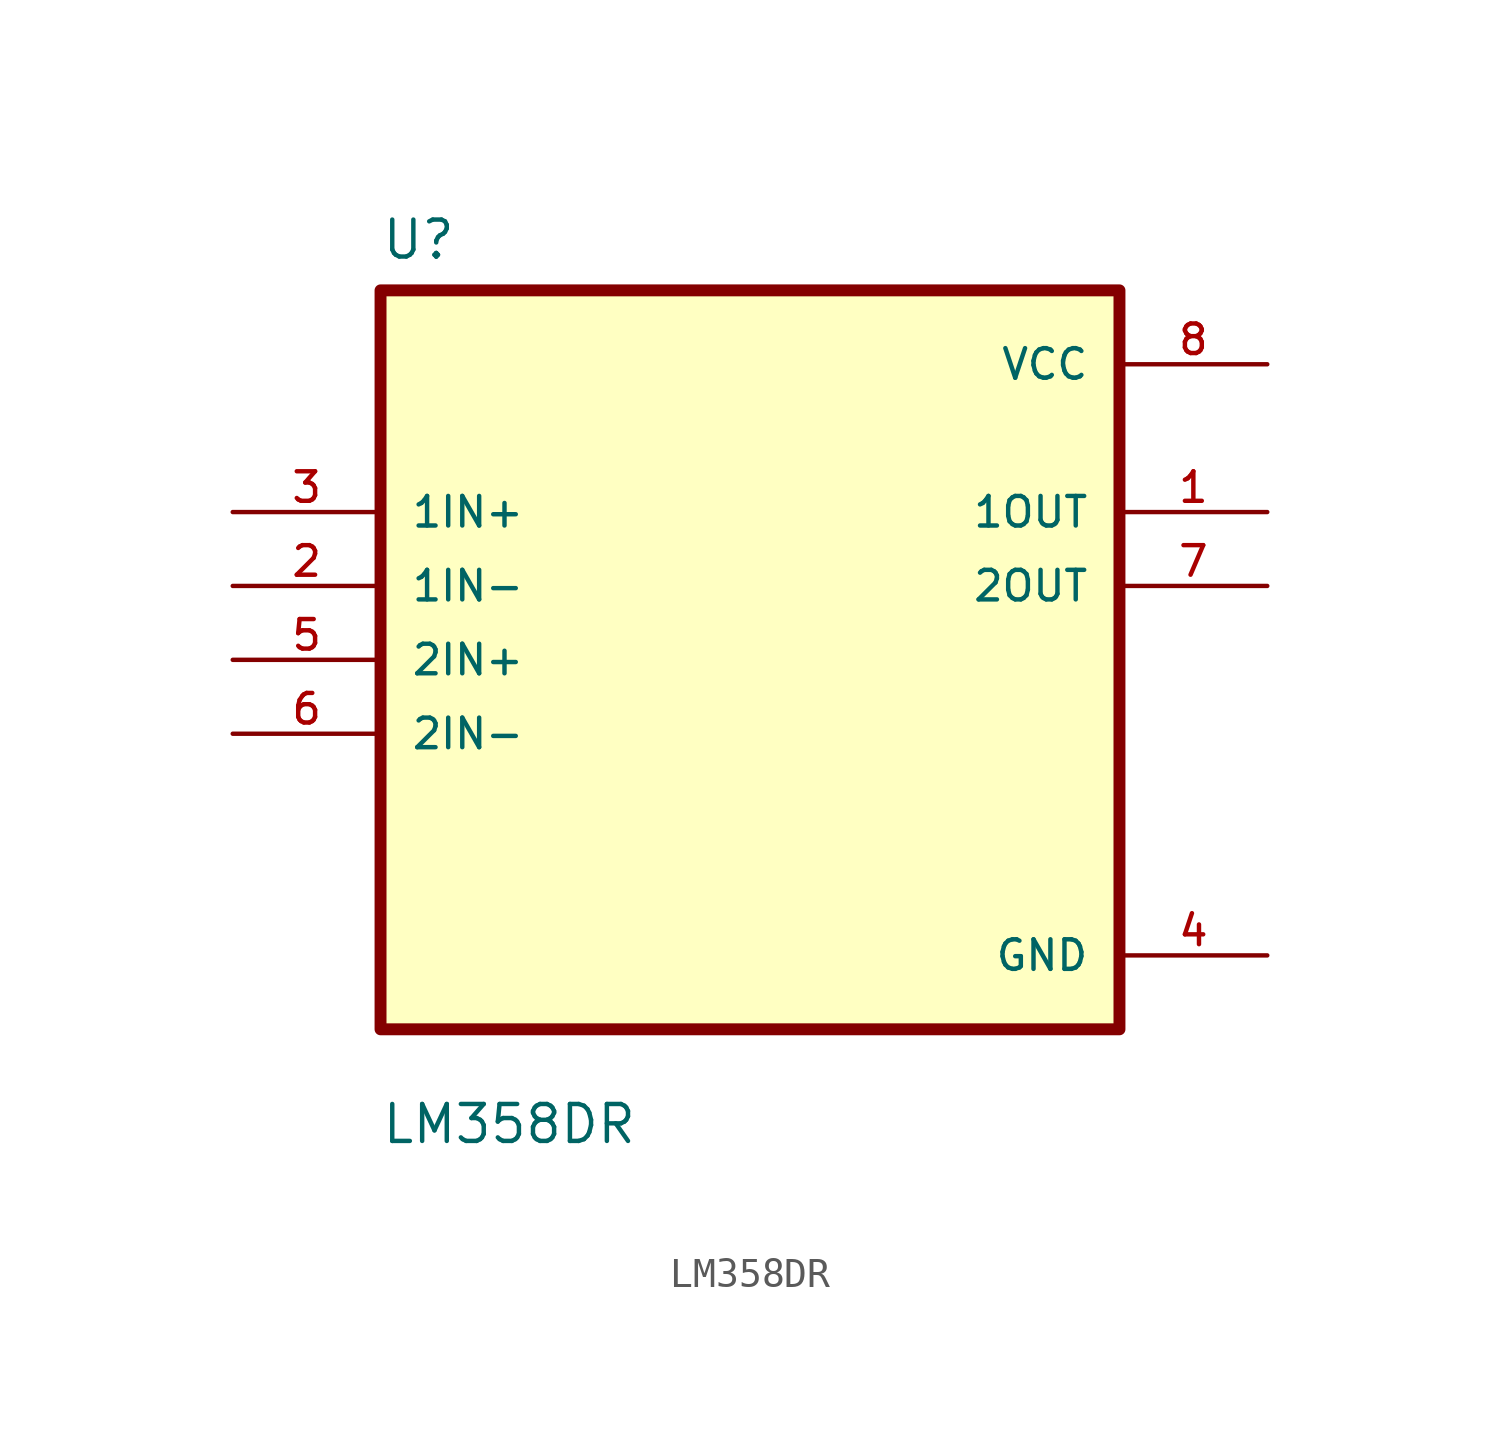
<source format=kicad_sym>
(kicad_symbol_lib
  (version 20231120)
  (generator "kicad_symbol_editor")
  (generator_version "8.0")
  (symbol "LM358DR"
    (pin_names
      (offset 1.016))
    (property "Reference" "U"
      (at -12.7 13.7 0)
      (effects (font (size 1.27 1.27)) (justify left bottom)))
    (property "Value" "LM358DR"
      (at -12.7 -16.7 0)
      (effects (font (size 1.27 1.27)) (justify left bottom)))
    (symbol "LM358DR_0_0"
      (rectangle (start -12.7 12.7) (end 12.7 -12.7) (stroke (width 0.41) (type default)) (fill (type background)))
      (pin output line (at 17.78 5.08 180) (length 5.08) (name "1OUT" (effects (font (size 1.016 1.016)))) (number "1" (effects (font (size 1.016 1.016)))))
      (pin input line (at -17.78 2.54 0) (length 5.08) (name "1IN-" (effects (font (size 1.016 1.016)))) (number "2" (effects (font (size 1.016 1.016)))))
      (pin input line (at -17.78 5.08 0) (length 5.08) (name "1IN+" (effects (font (size 1.016 1.016)))) (number "3" (effects (font (size 1.016 1.016)))))
      (pin power_in line (at 17.78 -10.16 180) (length 5.08) (name "GND" (effects (font (size 1.016 1.016)))) (number "4" (effects (font (size 1.016 1.016)))))
      (pin input line (at -17.78 0 0) (length 5.08) (name "2IN+" (effects (font (size 1.016 1.016)))) (number "5" (effects (font (size 1.016 1.016)))))
      (pin input line (at -17.78 -2.54 0) (length 5.08) (name "2IN-" (effects (font (size 1.016 1.016)))) (number "6" (effects (font (size 1.016 1.016)))))
      (pin output line (at 17.78 2.54 180) (length 5.08) (name "2OUT" (effects (font (size 1.016 1.016)))) (number "7" (effects (font (size 1.016 1.016)))))
      (pin power_in line (at 17.78 10.16 180) (length 5.08) (name "VCC" (effects (font (size 1.016 1.016)))) (number "8" (effects (font (size 1.016 1.016))))))))
</source>
